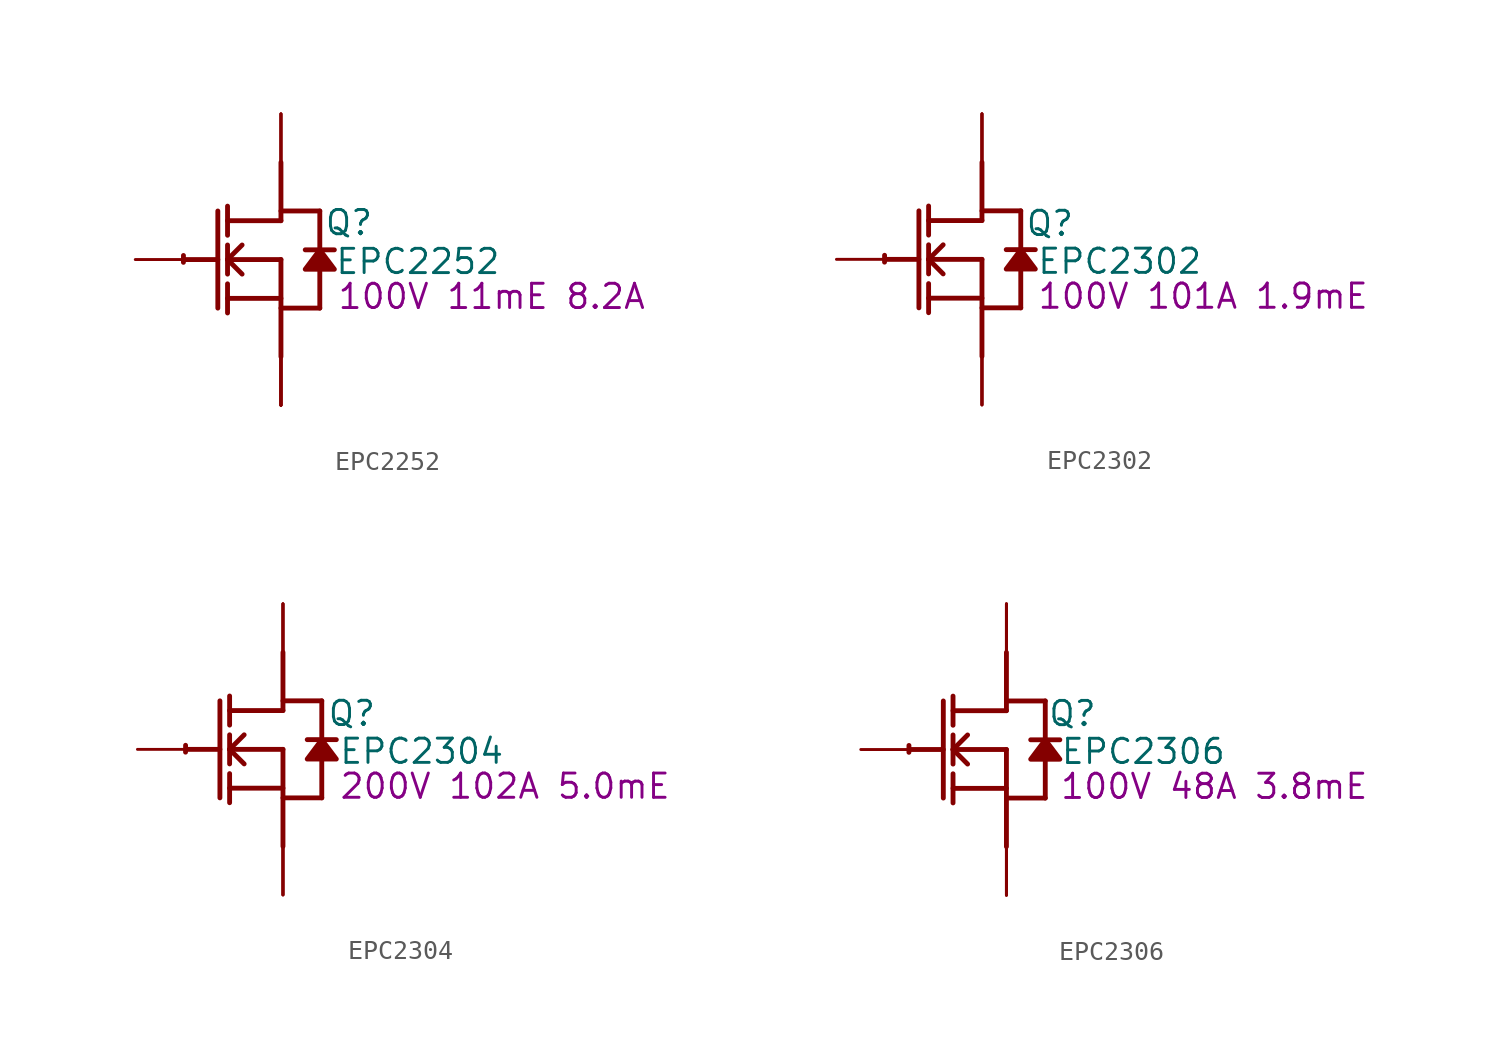
<source format=kicad_sym>
(kicad_symbol_lib
  (version 20231120)
  (generator "kicad_symbol_editor")
  (generator_version "8.0")
  (symbol "EPC2252"
    (property "Reference" "Q"
      (at 3.556 1.93 0)
      (effects (font (size 1.27 1.27))))
    (property "Value" "EPC2252"
      (at 7.163 -0.102 0)
      (effects (font (size 1.27 1.27))))
    (property "Description" "100V 11mE 8.2A"
      (at 11.024 -1.93 0)
      (effects (font (size 1.27 1.27))))
    (symbol "EPC2252_1_0"
      (arc (start -5.0996 0.2128) (mid -5.1039 0.0331) (end -5.1019 -0.1467) (stroke (width 0.254) (type solid)) (fill (type none)))
      (polyline (pts (xy -5.08 0) (xy -3.302 0)) (stroke (width 0.254) (type solid)) (fill (type none)))
      (polyline (pts (xy -3.302 2.54) (xy -3.302 -2.54)) (stroke (width 0.254) (type solid)) (fill (type none)))
      (polyline (pts (xy -2.794 -2.794) (xy -2.794 -1.27)) (stroke (width 0.254) (type solid)) (fill (type none)))
      (polyline (pts (xy -2.794 -2.032) (xy 0 -2.032)) (stroke (width 0.254) (type solid)) (fill (type none)))
      (polyline (pts (xy -2.794 -0.762) (xy -2.794 0.762)) (stroke (width 0.254) (type solid)) (fill (type none)))
      (polyline (pts (xy -2.794 0) (xy -2.032 0.762)) (stroke (width 0.254) (type solid)) (fill (type none)))
      (polyline (pts (xy -2.794 0) (xy 0 0)) (stroke (width 0.254) (type solid)) (fill (type none)))
      (polyline (pts (xy -2.794 1.27) (xy -2.794 2.794)) (stroke (width 0.254) (type solid)) (fill (type none)))
      (polyline (pts (xy -2.032 -0.762) (xy -2.794 0)) (stroke (width 0.254) (type solid)) (fill (type none)))
      (polyline (pts (xy 0 -2.54) (xy 2.032 -2.54)) (stroke (width 0.254) (type solid)) (fill (type none)))
      (polyline (pts (xy 0 0) (xy 0 -5.08)) (stroke (width 0.254) (type solid)) (fill (type none)))
      (polyline (pts (xy 0 2.032) (xy -2.794 2.032)) (stroke (width 0.254) (type solid)) (fill (type none)))
      (polyline (pts (xy 0 2.032) (xy 0 5.08)) (stroke (width 0.254) (type solid)) (fill (type none)))
      (polyline (pts (xy 0 2.54) (xy 2.032 2.54)) (stroke (width 0.254) (type solid)) (fill (type none)))
      (polyline (pts (xy 2.032 -0.508) (xy 2.032 -2.54)) (stroke (width 0.254) (type solid)) (fill (type none)))
      (polyline (pts (xy 2.032 2.54) (xy 2.032 0.508)) (stroke (width 0.254) (type solid)) (fill (type none)))
      (polyline (pts (xy 2.794 0.508) (xy 1.27 0.508)) (stroke (width 0.254) (type solid)) (fill (type none)))
      (polyline (pts (xy 2.032 0.508) (xy 1.27 -0.508) (xy 2.794 -0.508) (xy 2.032 0.508)) (stroke (width 0.254) (type solid)) (fill (type outline)))
      (pin passive line (at -7.62 0 0) (length 2.54) (name "G" (effects (font (size 0 0)))) (number "1" (effects (font (size 0 0)))))
      (pin open_emitter line (at 0 -7.62 90) (length 2.54) (name "S1" (effects (font (size 0 0)))) (number "2" (effects (font (size 0 0)))))
      (pin open_emitter line (at 0 -7.62 90) (length 2.54) (name "S2" (effects (font (size 0 0)))) (number "3" (effects (font (size 0 0)))))
      (pin open_collector line (at 0 7.62 270) (length 2.54) (name "D1" (effects (font (size 0 0)))) (number "4" (effects (font (size 0 0)))))
      (pin open_collector line (at 0 7.62 270) (length 2.54) (name "D2" (effects (font (size 0 0)))) (number "5" (effects (font (size 0 0)))))
      (pin open_collector line (at 0 7.62 270) (length 2.54) (name "D3" (effects (font (size 0 0)))) (number "6" (effects (font (size 0 0)))))
      (pin open_emitter line (at 0 -7.62 90) (length 2.54) (name "S3" (effects (font (size 0 0)))) (number "7" (effects (font (size 0 0)))))
      (pin open_emitter line (at 0 -7.62 90) (length 2.54) (name "S5" (effects (font (size 0 0)))) (number "8" (effects (font (size 0 0)))))
      (pin open_emitter line (at 0 -7.62 90) (length 2.54) (name "S4" (effects (font (size 0 0)))) (number "9" (effects (font (size 0 0)))))))
  (symbol "EPC2302"
    (property "Reference" "Q"
      (at 3.556 1.88 0)
      (effects (font (size 1.27 1.27))))
    (property "Value" "EPC2302"
      (at 7.214 -0.102 0)
      (effects (font (size 1.27 1.27))))
    (property "Description" "100V 101A 1.9mE"
      (at 11.582 -1.93 0)
      (effects (font (size 1.27 1.27))))
    (symbol "EPC2302_1_0"
      (arc (start -5.0996 0.2128) (mid -5.1039 0.0331) (end -5.1019 -0.1467) (stroke (width 0.254) (type solid)) (fill (type none)))
      (polyline (pts (xy -5.08 0) (xy -3.302 0)) (stroke (width 0.254) (type solid)) (fill (type none)))
      (polyline (pts (xy -3.302 2.54) (xy -3.302 -2.54)) (stroke (width 0.254) (type solid)) (fill (type none)))
      (polyline (pts (xy -2.794 -2.794) (xy -2.794 -1.27)) (stroke (width 0.254) (type solid)) (fill (type none)))
      (polyline (pts (xy -2.794 -2.032) (xy 0 -2.032)) (stroke (width 0.254) (type solid)) (fill (type none)))
      (polyline (pts (xy -2.794 -0.762) (xy -2.794 0.762)) (stroke (width 0.254) (type solid)) (fill (type none)))
      (polyline (pts (xy -2.794 0) (xy -2.032 0.762)) (stroke (width 0.254) (type solid)) (fill (type none)))
      (polyline (pts (xy -2.794 0) (xy 0 0)) (stroke (width 0.254) (type solid)) (fill (type none)))
      (polyline (pts (xy -2.794 1.27) (xy -2.794 2.794)) (stroke (width 0.254) (type solid)) (fill (type none)))
      (polyline (pts (xy -2.032 -0.762) (xy -2.794 0)) (stroke (width 0.254) (type solid)) (fill (type none)))
      (polyline (pts (xy 0 -2.54) (xy 2.032 -2.54)) (stroke (width 0.254) (type solid)) (fill (type none)))
      (polyline (pts (xy 0 0) (xy 0 -5.08)) (stroke (width 0.254) (type solid)) (fill (type none)))
      (polyline (pts (xy 0 2.032) (xy -2.794 2.032)) (stroke (width 0.254) (type solid)) (fill (type none)))
      (polyline (pts (xy 0 2.032) (xy 0 5.08)) (stroke (width 0.254) (type solid)) (fill (type none)))
      (polyline (pts (xy 0 2.54) (xy 2.032 2.54)) (stroke (width 0.254) (type solid)) (fill (type none)))
      (polyline (pts (xy 2.032 -0.508) (xy 2.032 -2.54)) (stroke (width 0.254) (type solid)) (fill (type none)))
      (polyline (pts (xy 2.032 2.54) (xy 2.032 0.508)) (stroke (width 0.254) (type solid)) (fill (type none)))
      (polyline (pts (xy 2.794 0.508) (xy 1.27 0.508)) (stroke (width 0.254) (type solid)) (fill (type none)))
      (polyline (pts (xy 2.032 0.508) (xy 1.27 -0.508) (xy 2.794 -0.508) (xy 2.032 0.508)) (stroke (width 0.254) (type solid)) (fill (type outline)))
      (pin passive line (at -7.62 0 0) (length 2.54) (name "G" (effects (font (size 0 0)))) (number "1" (effects (font (size 0 0)))))
      (pin passive line (at 0 -7.62 90) (length 2.54) (name "S" (effects (font (size 0 0)))) (number "2" (effects (font (size 0 0)))))
      (pin passive line (at 0 7.62 270) (length 2.54) (name "D" (effects (font (size 0 0)))) (number "3" (effects (font (size 0 0)))))
      (pin passive line (at 0 -7.62 90) (length 2.54) (name "S" (effects (font (size 0 0)))) (number "4" (effects (font (size 0 0)))))
      (pin passive line (at 0 7.62 270) (length 2.54) (name "D" (effects (font (size 0 0)))) (number "5" (effects (font (size 0 0)))))
      (pin passive line (at 0 -7.62 90) (length 2.54) (name "S" (effects (font (size 0 0)))) (number "6" (effects (font (size 0 0)))))
      (pin passive line (at 0 7.62 270) (length 2.54) (name "D" (effects (font (size 0 0)))) (number "7" (effects (font (size 0 0)))))))
  (symbol "EPC2304"
    (property "Reference" "Q"
      (at 3.607 1.88 0)
      (effects (font (size 1.27 1.27))))
    (property "Value" "EPC2304"
      (at 7.264 -0.102 0)
      (effects (font (size 1.27 1.27))))
    (property "Description" "200V 102A 5.0mE"
      (at 11.633 -1.93 0)
      (effects (font (size 1.27 1.27))))
    (symbol "EPC2304_1_0"
      (arc (start -5.0996 0.2128) (mid -5.1039 0.0331) (end -5.1019 -0.1467) (stroke (width 0.254) (type solid)) (fill (type none)))
      (polyline (pts (xy -5.08 0) (xy -3.302 0)) (stroke (width 0.254) (type solid)) (fill (type none)))
      (polyline (pts (xy -3.302 2.54) (xy -3.302 -2.54)) (stroke (width 0.254) (type solid)) (fill (type none)))
      (polyline (pts (xy -2.794 -2.794) (xy -2.794 -1.27)) (stroke (width 0.254) (type solid)) (fill (type none)))
      (polyline (pts (xy -2.794 -2.032) (xy 0 -2.032)) (stroke (width 0.254) (type solid)) (fill (type none)))
      (polyline (pts (xy -2.794 -0.762) (xy -2.794 0.762)) (stroke (width 0.254) (type solid)) (fill (type none)))
      (polyline (pts (xy -2.794 0) (xy -2.032 0.762)) (stroke (width 0.254) (type solid)) (fill (type none)))
      (polyline (pts (xy -2.794 0) (xy 0 0)) (stroke (width 0.254) (type solid)) (fill (type none)))
      (polyline (pts (xy -2.794 1.27) (xy -2.794 2.794)) (stroke (width 0.254) (type solid)) (fill (type none)))
      (polyline (pts (xy -2.032 -0.762) (xy -2.794 0)) (stroke (width 0.254) (type solid)) (fill (type none)))
      (polyline (pts (xy 0 -2.54) (xy 2.032 -2.54)) (stroke (width 0.254) (type solid)) (fill (type none)))
      (polyline (pts (xy 0 0) (xy 0 -5.08)) (stroke (width 0.254) (type solid)) (fill (type none)))
      (polyline (pts (xy 0 2.032) (xy -2.794 2.032)) (stroke (width 0.254) (type solid)) (fill (type none)))
      (polyline (pts (xy 0 2.032) (xy 0 5.08)) (stroke (width 0.254) (type solid)) (fill (type none)))
      (polyline (pts (xy 0 2.54) (xy 2.032 2.54)) (stroke (width 0.254) (type solid)) (fill (type none)))
      (polyline (pts (xy 2.032 -0.508) (xy 2.032 -2.54)) (stroke (width 0.254) (type solid)) (fill (type none)))
      (polyline (pts (xy 2.032 2.54) (xy 2.032 0.508)) (stroke (width 0.254) (type solid)) (fill (type none)))
      (polyline (pts (xy 2.794 0.508) (xy 1.27 0.508)) (stroke (width 0.254) (type solid)) (fill (type none)))
      (polyline (pts (xy 2.032 0.508) (xy 1.27 -0.508) (xy 2.794 -0.508) (xy 2.032 0.508)) (stroke (width 0.254) (type solid)) (fill (type outline)))
      (pin passive line (at -7.62 0 0) (length 2.54) (name "G" (effects (font (size 0 0)))) (number "1" (effects (font (size 0 0)))))
      (pin passive line (at 0 -7.62 90) (length 2.54) (name "S" (effects (font (size 0 0)))) (number "2" (effects (font (size 0 0)))))
      (pin passive line (at 0 7.62 270) (length 2.54) (name "D" (effects (font (size 0 0)))) (number "3" (effects (font (size 0 0)))))
      (pin passive line (at 0 -7.62 90) (length 2.54) (name "S" (effects (font (size 0 0)))) (number "4" (effects (font (size 0 0)))))
      (pin passive line (at 0 7.62 270) (length 2.54) (name "D" (effects (font (size 0 0)))) (number "5" (effects (font (size 0 0)))))
      (pin passive line (at 0 -7.62 90) (length 2.54) (name "S" (effects (font (size 0 0)))) (number "6" (effects (font (size 0 0)))))
      (pin passive line (at 0 7.62 270) (length 2.54) (name "D" (effects (font (size 0 0)))) (number "7" (effects (font (size 0 0)))))))
  (symbol "EPC2306"
    (property "Reference" "Q"
      (at 3.454 1.88 0)
      (effects (font (size 1.27 1.27))))
    (property "Value" "EPC2306"
      (at 7.163 -0.102 0)
      (effects (font (size 1.27 1.27))))
    (property "Description" "100V 48A 3.8mE"
      (at 10.871 -1.93 0)
      (effects (font (size 1.27 1.27))))
    (symbol "EPC2306_1_0"
      (arc (start -5.0996 0.2128) (mid -5.1039 0.0331) (end -5.1019 -0.1467) (stroke (width 0.254) (type solid)) (fill (type none)))
      (polyline (pts (xy -5.08 0) (xy -3.302 0)) (stroke (width 0.254) (type solid)) (fill (type none)))
      (polyline (pts (xy -3.302 2.54) (xy -3.302 -2.54)) (stroke (width 0.254) (type solid)) (fill (type none)))
      (polyline (pts (xy -2.794 -2.794) (xy -2.794 -1.27)) (stroke (width 0.254) (type solid)) (fill (type none)))
      (polyline (pts (xy -2.794 -2.032) (xy 0 -2.032)) (stroke (width 0.254) (type solid)) (fill (type none)))
      (polyline (pts (xy -2.794 -0.762) (xy -2.794 0.762)) (stroke (width 0.254) (type solid)) (fill (type none)))
      (polyline (pts (xy -2.794 0) (xy -2.032 0.762)) (stroke (width 0.254) (type solid)) (fill (type none)))
      (polyline (pts (xy -2.794 0) (xy 0 0)) (stroke (width 0.254) (type solid)) (fill (type none)))
      (polyline (pts (xy -2.794 1.27) (xy -2.794 2.794)) (stroke (width 0.254) (type solid)) (fill (type none)))
      (polyline (pts (xy -2.032 -0.762) (xy -2.794 0)) (stroke (width 0.254) (type solid)) (fill (type none)))
      (polyline (pts (xy 0 -2.54) (xy 2.032 -2.54)) (stroke (width 0.254) (type solid)) (fill (type none)))
      (polyline (pts (xy 0 0) (xy 0 -5.08)) (stroke (width 0.254) (type solid)) (fill (type none)))
      (polyline (pts (xy 0 2.032) (xy -2.794 2.032)) (stroke (width 0.254) (type solid)) (fill (type none)))
      (polyline (pts (xy 0 2.032) (xy 0 5.08)) (stroke (width 0.254) (type solid)) (fill (type none)))
      (polyline (pts (xy 0 2.54) (xy 2.032 2.54)) (stroke (width 0.254) (type solid)) (fill (type none)))
      (polyline (pts (xy 2.032 -0.508) (xy 2.032 -2.54)) (stroke (width 0.254) (type solid)) (fill (type none)))
      (polyline (pts (xy 2.032 2.54) (xy 2.032 0.508)) (stroke (width 0.254) (type solid)) (fill (type none)))
      (polyline (pts (xy 2.794 0.508) (xy 1.27 0.508)) (stroke (width 0.254) (type solid)) (fill (type none)))
      (polyline (pts (xy 2.032 0.508) (xy 1.27 -0.508) (xy 2.794 -0.508) (xy 2.032 0.508)) (stroke (width 0.254) (type solid)) (fill (type outline)))
      (pin passive line (at -7.62 0 0) (length 2.54) (name "G" (effects (font (size 0 0)))) (number "1" (effects (font (size 0 0)))))
      (pin passive line (at 0 -7.62 90) (length 2.54) (name "S" (effects (font (size 0 0)))) (number "2" (effects (font (size 0 0)))))
      (pin passive line (at 0 7.62 270) (length 2.54) (name "D" (effects (font (size 0 0)))) (number "3" (effects (font (size 0 0)))))
      (pin passive line (at 0 -7.62 90) (length 2.54) (name "S" (effects (font (size 0 0)))) (number "4" (effects (font (size 0 0)))))
      (pin passive line (at 0 7.62 270) (length 2.54) (name "D" (effects (font (size 0 0)))) (number "5" (effects (font (size 0 0)))))
      (pin passive line (at 0 -7.62 90) (length 2.54) (name "S" (effects (font (size 0 0)))) (number "6" (effects (font (size 0 0)))))
      (pin passive line (at 0 7.62 270) (length 2.54) (name "D" (effects (font (size 0 0)))) (number "7" (effects (font (size 0 0))))))))
</source>
